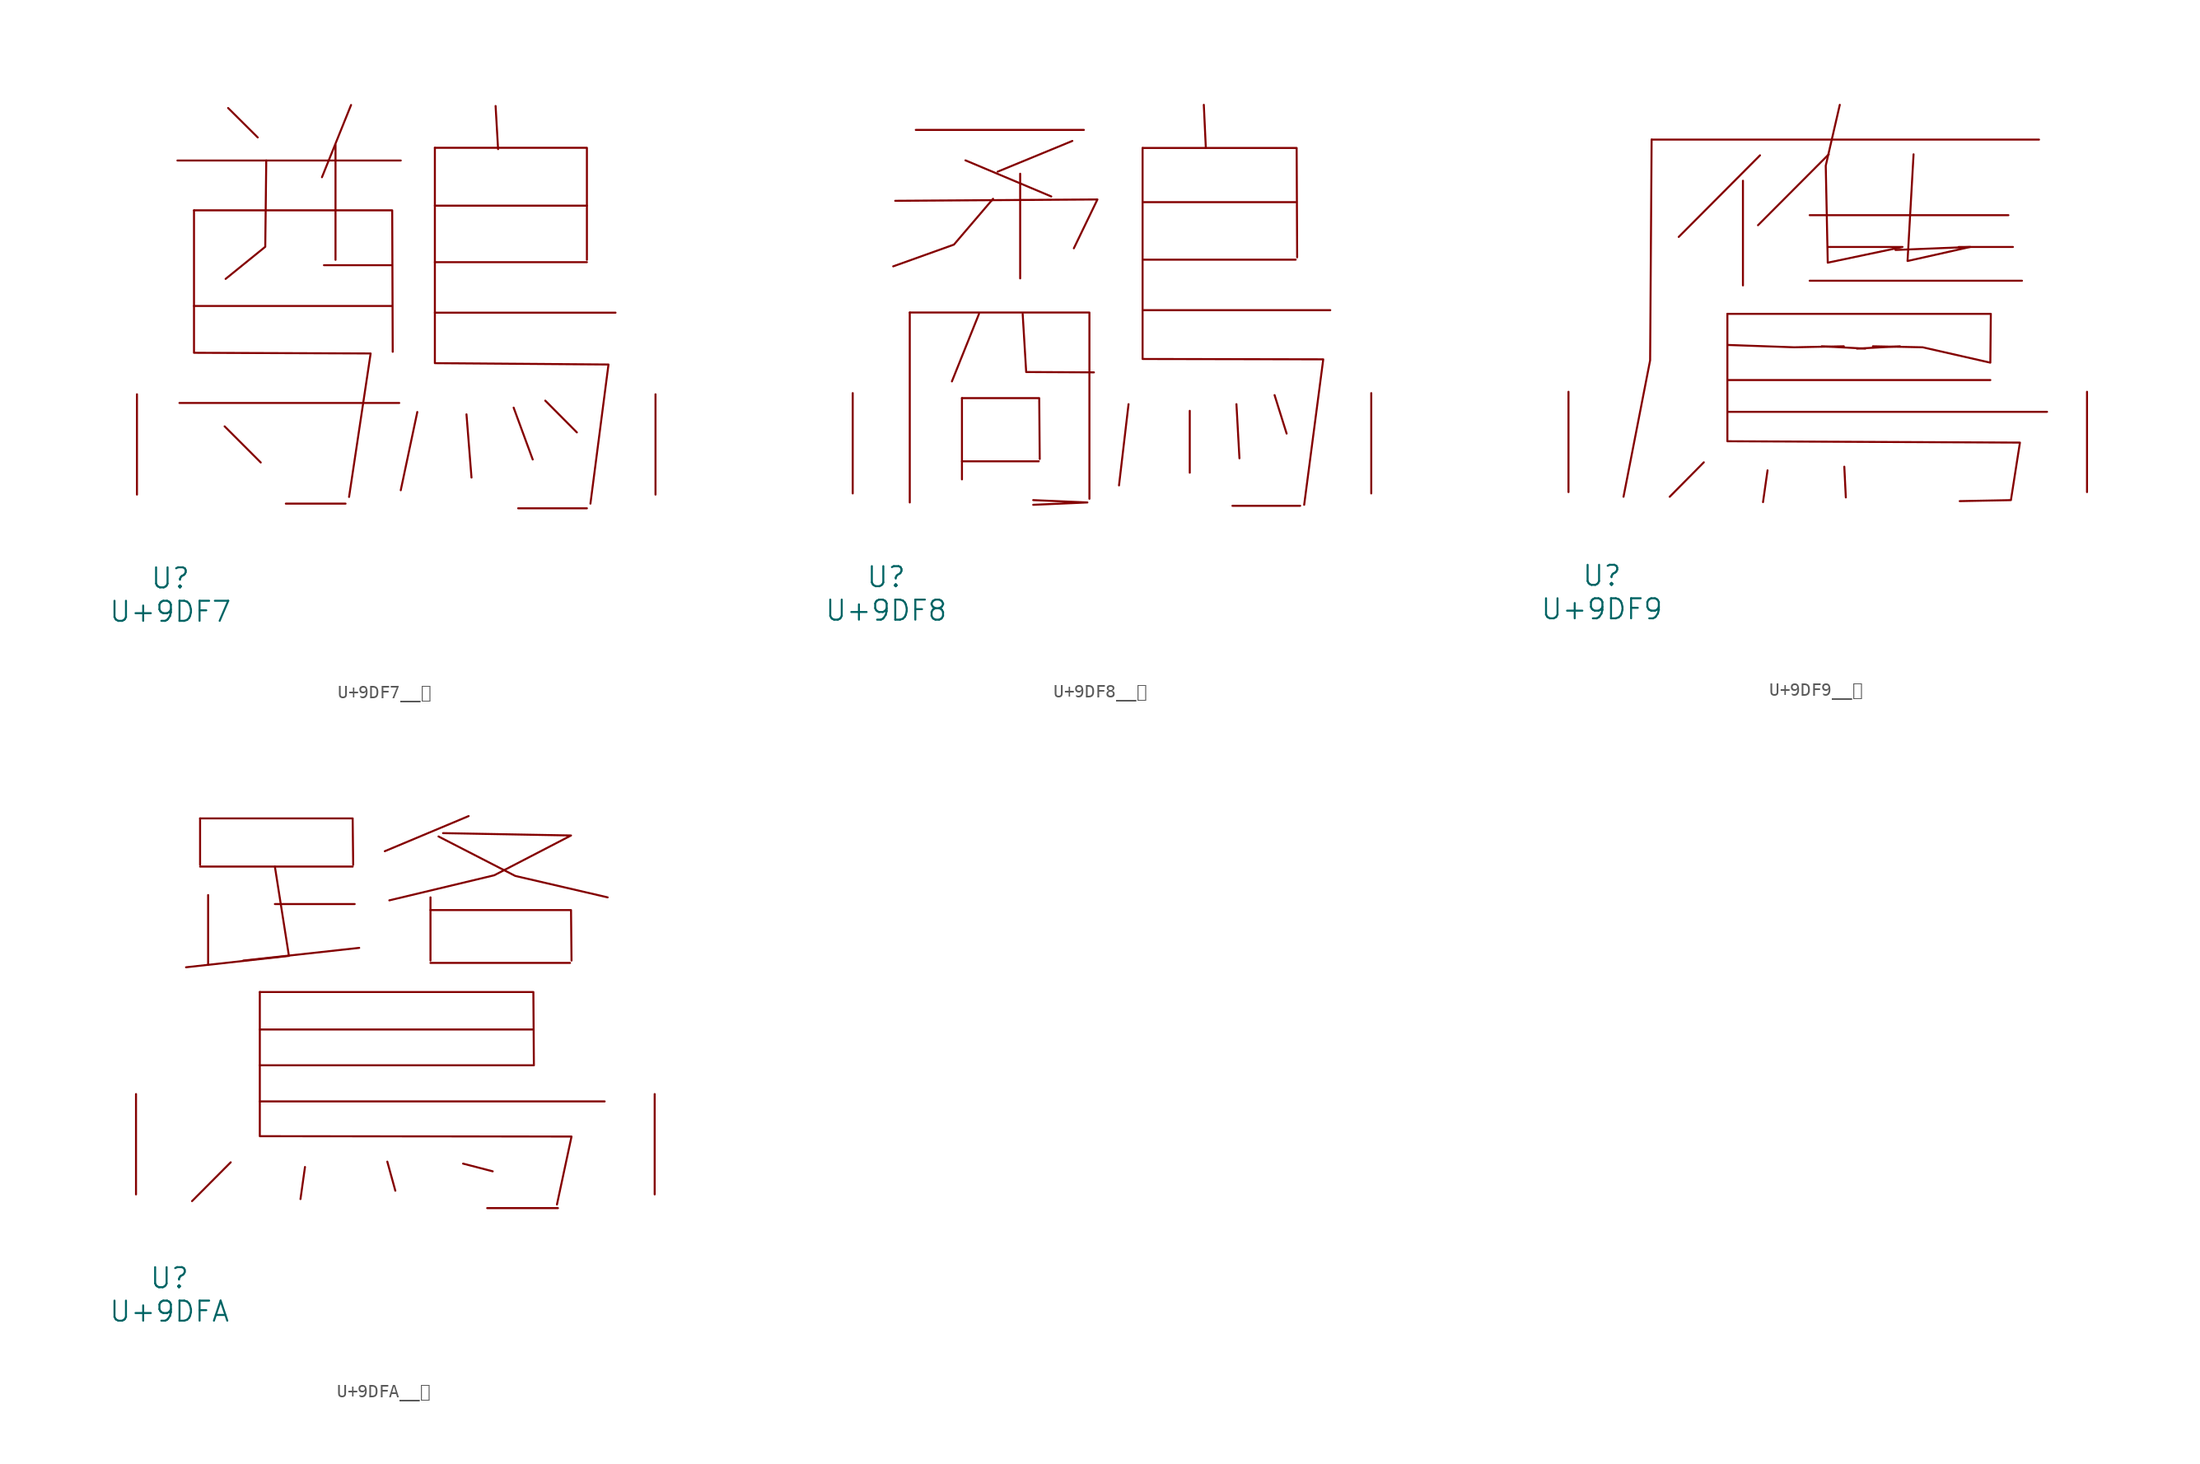
<source format=kicad_sym>
(kicad_symbol_lib
  (version 20231120)
  (generator "kicad_symbol_editor")
  (generator_version "8.0")
  (symbol "U+9DF7__鷷"
    (pin_names
      (offset 1.016))
    (property "Reference" "U"
      (at 0 -6.35 0)
      (effects (font (size 1.524 1.524))))
    (property "Value" "U+9DF7"
      (at 0 -8.89 0)
      (effects (font (size 1.524 1.524))))
    (symbol "U+9DF7__鷷_0_1"
      (polyline (pts (xy 0.533 25.375) (xy 17.488 25.375)) (stroke (width 0) (type solid)) (fill (type none)))
      (polyline (pts (xy 0.686 6.96) (xy 17.374 6.96)) (stroke (width 0) (type solid)) (fill (type none)))
      (polyline (pts (xy 1.791 14.326) (xy 16.802 14.326)) (stroke (width 0) (type solid)) (fill (type none)))
      (polyline (pts (xy 4.115 5.182) (xy 6.858 2.438)) (stroke (width 0) (type solid)) (fill (type none)))
      (polyline (pts (xy 4.381 29.362) (xy 6.629 27.127)) (stroke (width 0) (type solid)) (fill (type none)))
      (polyline (pts (xy 8.763 -0.686) (xy 13.297 -0.686)) (stroke (width 0) (type solid)) (fill (type none)))
      (polyline (pts (xy 11.659 17.424) (xy 16.802 17.424)) (stroke (width 0) (type solid)) (fill (type none)))
      (polyline (pts (xy 12.535 26.568) (xy 12.535 17.831)) (stroke (width 0) (type solid)) (fill (type none)))
      (polyline (pts (xy 13.716 29.591) (xy 11.506 24.105)) (stroke (width 0) (type solid)) (fill (type none)))
      (polyline (pts (xy 18.745 6.274) (xy 17.488 0.33)) (stroke (width 0) (type solid)) (fill (type none)))
      (polyline (pts (xy 20.079 13.818) (xy 33.795 13.818)) (stroke (width 0) (type solid)) (fill (type none)))
      (polyline (pts (xy 20.079 17.653) (xy 31.623 17.653)) (stroke (width 0) (type solid)) (fill (type none)))
      (polyline (pts (xy 20.079 21.946) (xy 31.623 21.946)) (stroke (width 0) (type solid)) (fill (type none)))
      (polyline (pts (xy 22.479 6.096) (xy 22.86 1.295)) (stroke (width 0) (type solid)) (fill (type none)))
      (polyline (pts (xy 24.689 29.515) (xy 24.879 26.238)) (stroke (width 0) (type solid)) (fill (type none)))
      (polyline (pts (xy 26.06 6.604) (xy 27.508 2.667)) (stroke (width 0) (type solid)) (fill (type none)))
      (polyline (pts (xy 26.403 -1.041) (xy 31.623 -1.041)) (stroke (width 0) (type solid)) (fill (type none)))
      (polyline (pts (xy 28.461 7.137) (xy 30.861 4.724)) (stroke (width 0) (type solid)) (fill (type none)))
      (polyline (pts (xy 1.791 21.59) (xy 16.84 21.59) (xy 16.878 10.846)) (stroke (width 0) (type solid)) (fill (type none)))
      (polyline (pts (xy 7.277 25.375) (xy 7.201 18.821) (xy 4.191 16.383)) (stroke (width 0) (type solid)) (fill (type none)))
      (polyline (pts (xy 20.079 26.34) (xy 31.623 26.34) (xy 31.623 17.831)) (stroke (width 0) (type solid)) (fill (type none)))
      (polyline (pts (xy 1.791 21.59) (xy 1.791 10.77) (xy 15.202 10.719) (xy 13.564 -0.178)) (stroke (width 0) (type solid)) (fill (type none)))
      (polyline (pts (xy 20.079 26.34) (xy 20.079 9.982) (xy 33.261 9.881) (xy 31.89 -0.686)) (stroke (width 0) (type solid)) (fill (type none)))
      (pin input line (at -2.54 0 90) (length 7.62) (name "~" (effects (font (size 1.27 1.27)))) (number "~" (effects (font (size 1.27 1.27)))))
      (pin input line (at 36.83 0 90) (length 7.62) (name "~" (effects (font (size 1.27 1.27)))) (number "~" (effects (font (size 1.27 1.27)))))))
  (symbol "U+9DF8__鷸"
    (pin_names
      (offset 1.016))
    (property "Reference" "U"
      (at 0 -6.35 0)
      (effects (font (size 1.524 1.524))))
    (property "Value" "U+9DF8"
      (at 0 -8.89 0)
      (effects (font (size 1.524 1.524))))
    (symbol "U+9DF8__鷸_0_1"
      (polyline (pts (xy 1.791 13.741) (xy 1.791 -0.686)) (stroke (width 0) (type solid)) (fill (type none)))
      (polyline (pts (xy 2.248 27.61) (xy 15.011 27.61)) (stroke (width 0) (type solid)) (fill (type none)))
      (polyline (pts (xy 5.753 2.438) (xy 11.582 2.438)) (stroke (width 0) (type solid)) (fill (type none)))
      (polyline (pts (xy 5.753 7.239) (xy 5.753 1.067)) (stroke (width 0) (type solid)) (fill (type none)))
      (polyline (pts (xy 6.02 25.298) (xy 12.535 22.555)) (stroke (width 0) (type solid)) (fill (type none)))
      (polyline (pts (xy 7.048 13.64) (xy 4.991 8.509)) (stroke (width 0) (type solid)) (fill (type none)))
      (polyline (pts (xy 10.173 24.282) (xy 10.173 16.332)) (stroke (width 0) (type solid)) (fill (type none)))
      (polyline (pts (xy 14.135 26.772) (xy 8.458 24.435)) (stroke (width 0) (type solid)) (fill (type none)))
      (polyline (pts (xy 18.402 6.782) (xy 17.678 0.61)) (stroke (width 0) (type solid)) (fill (type none)))
      (polyline (pts (xy 19.469 13.919) (xy 33.718 13.919)) (stroke (width 0) (type solid)) (fill (type none)))
      (polyline (pts (xy 19.469 17.755) (xy 31.09 17.755)) (stroke (width 0) (type solid)) (fill (type none)))
      (polyline (pts (xy 19.469 22.123) (xy 31.09 22.123)) (stroke (width 0) (type solid)) (fill (type none)))
      (polyline (pts (xy 23.05 6.274) (xy 23.05 1.575)) (stroke (width 0) (type solid)) (fill (type none)))
      (polyline (pts (xy 24.117 29.515) (xy 24.27 26.238)) (stroke (width 0) (type solid)) (fill (type none)))
      (polyline (pts (xy 26.289 -0.94) (xy 31.433 -0.94)) (stroke (width 0) (type solid)) (fill (type none)))
      (polyline (pts (xy 26.594 6.782) (xy 26.822 2.667)) (stroke (width 0) (type solid)) (fill (type none)))
      (polyline (pts (xy 29.489 7.468) (xy 30.404 4.547)) (stroke (width 0) (type solid)) (fill (type none)))
      (polyline (pts (xy 0.686 22.225) (xy 16.04 22.327) (xy 14.249 18.618)) (stroke (width 0) (type solid)) (fill (type none)))
      (polyline (pts (xy 1.791 13.741) (xy 15.431 13.741) (xy 15.431 -0.406)) (stroke (width 0) (type solid)) (fill (type none)))
      (polyline (pts (xy 5.753 7.239) (xy 11.62 7.239) (xy 11.659 2.616)) (stroke (width 0) (type solid)) (fill (type none)))
      (polyline (pts (xy 8.115 22.377) (xy 5.144 18.898) (xy 0.533 17.247)) (stroke (width 0) (type solid)) (fill (type none)))
      (polyline (pts (xy 10.363 13.64) (xy 10.63 9.22) (xy 15.773 9.195)) (stroke (width 0) (type solid)) (fill (type none)))
      (polyline (pts (xy 11.163 -0.864) (xy 15.278 -0.686) (xy 11.163 -0.508)) (stroke (width 0) (type solid)) (fill (type none)))
      (polyline (pts (xy 19.469 26.238) (xy 31.166 26.238) (xy 31.204 17.932)) (stroke (width 0) (type solid)) (fill (type none)))
      (polyline (pts (xy 19.469 26.238) (xy 19.469 10.211) (xy 33.185 10.185) (xy 31.737 -0.864)) (stroke (width 0) (type solid)) (fill (type none)))
      (pin input line (at -2.54 0 90) (length 7.62) (name "~" (effects (font (size 1.27 1.27)))) (number "~" (effects (font (size 1.27 1.27)))))
      (pin input line (at 36.83 0 90) (length 7.62) (name "~" (effects (font (size 1.27 1.27)))) (number "~" (effects (font (size 1.27 1.27)))))))
  (symbol "U+9DF9__鷹"
    (pin_names
      (offset 1.016))
    (property "Reference" "U"
      (at 0 -6.35 0)
      (effects (font (size 1.524 1.524))))
    (property "Value" "U+9DF9"
      (at 0 -8.89 0)
      (effects (font (size 1.524 1.524))))
    (symbol "U+9DF9__鷹_0_1"
      (polyline (pts (xy 3.772 26.772) (xy 33.185 26.772)) (stroke (width 0) (type solid)) (fill (type none)))
      (polyline (pts (xy 7.734 2.261) (xy 5.144 -0.356)) (stroke (width 0) (type solid)) (fill (type none)))
      (polyline (pts (xy 9.525 6.096) (xy 33.795 6.096)) (stroke (width 0) (type solid)) (fill (type none)))
      (polyline (pts (xy 9.525 8.509) (xy 29.489 8.509)) (stroke (width 0) (type solid)) (fill (type none)))
      (polyline (pts (xy 10.706 23.647) (xy 10.706 15.697)) (stroke (width 0) (type solid)) (fill (type none)))
      (polyline (pts (xy 12.002 25.578) (xy 5.829 19.38)) (stroke (width 0) (type solid)) (fill (type none)))
      (polyline (pts (xy 12.573 1.651) (xy 12.23 -0.762)) (stroke (width 0) (type solid)) (fill (type none)))
      (polyline (pts (xy 15.773 16.053) (xy 31.89 16.053)) (stroke (width 0) (type solid)) (fill (type none)))
      (polyline (pts (xy 15.773 21.031) (xy 30.861 21.031)) (stroke (width 0) (type solid)) (fill (type none)))
      (polyline (pts (xy 17.221 25.654) (xy 11.849 20.269)) (stroke (width 0) (type solid)) (fill (type none)))
      (polyline (pts (xy 18.402 1.93) (xy 18.517 -0.406)) (stroke (width 0) (type solid)) (fill (type none)))
      (polyline (pts (xy 19.355 10.897) (xy 22.631 11.074)) (stroke (width 0) (type solid)) (fill (type none)))
      (polyline (pts (xy 20.003 10.897) (xy 16.688 11.074)) (stroke (width 0) (type solid)) (fill (type none)))
      (polyline (pts (xy 27.089 18.618) (xy 31.204 18.618)) (stroke (width 0) (type solid)) (fill (type none)))
      (polyline (pts (xy 3.772 26.772) (xy 3.658 10.008) (xy 1.638 -0.356)) (stroke (width 0) (type solid)) (fill (type none)))
      (polyline (pts (xy 9.525 11.176) (xy 14.592 10.998) (xy 18.364 11.074)) (stroke (width 0) (type solid)) (fill (type none)))
      (polyline (pts (xy 23.66 25.654) (xy 23.203 17.551) (xy 27.965 18.618) (xy 22.288 18.39)) (stroke (width 0) (type solid)) (fill (type none)))
      (polyline (pts (xy 9.525 13.538) (xy 9.525 3.861) (xy 31.737 3.759) (xy 31.052 -0.61) (xy 27.165 -0.686)) (stroke (width 0) (type solid)) (fill (type none)))
      (polyline (pts (xy 9.525 13.538) (xy 29.527 13.538) (xy 29.489 9.83) (xy 24.346 10.998) (xy 20.574 11.074)) (stroke (width 0) (type solid)) (fill (type none)))
      (polyline (pts (xy 18.059 29.413) (xy 16.993 24.79) (xy 17.145 17.424) (xy 22.822 18.618) (xy 17.145 18.618)) (stroke (width 0) (type solid)) (fill (type none)))
      (pin input line (at -2.54 0 90) (length 7.62) (name "~" (effects (font (size 1.27 1.27)))) (number "~" (effects (font (size 1.27 1.27)))))
      (pin input line (at 36.83 0 90) (length 7.62) (name "~" (effects (font (size 1.27 1.27)))) (number "~" (effects (font (size 1.27 1.27)))))))
  (symbol "U+9DFA__鷺"
    (pin_names
      (offset 1.016))
    (property "Reference" "U"
      (at 0 -6.35 0)
      (effects (font (size 1.524 1.524))))
    (property "Value" "U+9DFA"
      (at 0 -8.89 0)
      (effects (font (size 1.524 1.524))))
    (symbol "U+9DFA__鷺_0_1"
      (polyline (pts (xy 2.324 24.892) (xy 13.906 24.892)) (stroke (width 0) (type solid)) (fill (type none)))
      (polyline (pts (xy 2.324 28.55) (xy 2.324 25.019)) (stroke (width 0) (type solid)) (fill (type none)))
      (polyline (pts (xy 2.934 22.733) (xy 2.934 17.424)) (stroke (width 0) (type solid)) (fill (type none)))
      (polyline (pts (xy 4.648 2.438) (xy 1.714 -0.508)) (stroke (width 0) (type solid)) (fill (type none)))
      (polyline (pts (xy 6.858 7.061) (xy 33.033 7.061)) (stroke (width 0) (type solid)) (fill (type none)))
      (polyline (pts (xy 6.858 9.804) (xy 27.622 9.804)) (stroke (width 0) (type solid)) (fill (type none)))
      (polyline (pts (xy 6.858 12.522) (xy 27.622 12.522)) (stroke (width 0) (type solid)) (fill (type none)))
      (polyline (pts (xy 8.001 22.047) (xy 14.059 22.047)) (stroke (width 0) (type solid)) (fill (type none)))
      (polyline (pts (xy 10.287 2.083) (xy 9.944 -0.356)) (stroke (width 0) (type solid)) (fill (type none)))
      (polyline (pts (xy 14.402 18.72) (xy 5.601 17.755)) (stroke (width 0) (type solid)) (fill (type none)))
      (polyline (pts (xy 16.535 2.489) (xy 17.145 0.279)) (stroke (width 0) (type solid)) (fill (type none)))
      (polyline (pts (xy 19.812 17.577) (xy 30.404 17.577)) (stroke (width 0) (type solid)) (fill (type none)))
      (polyline (pts (xy 19.812 22.555) (xy 19.812 17.755)) (stroke (width 0) (type solid)) (fill (type none)))
      (polyline (pts (xy 22.288 2.337) (xy 24.536 1.753)) (stroke (width 0) (type solid)) (fill (type none)))
      (polyline (pts (xy 22.708 28.727) (xy 16.345 26.06)) (stroke (width 0) (type solid)) (fill (type none)))
      (polyline (pts (xy 24.117 -1.041) (xy 29.489 -1.041)) (stroke (width 0) (type solid)) (fill (type none)))
      (polyline (pts (xy 2.324 28.55) (xy 13.906 28.55) (xy 13.945 25.019)) (stroke (width 0) (type solid)) (fill (type none)))
      (polyline (pts (xy 6.858 15.367) (xy 27.622 15.367) (xy 27.661 9.804)) (stroke (width 0) (type solid)) (fill (type none)))
      (polyline (pts (xy 8.001 24.892) (xy 9.068 18.11) (xy 1.257 17.247)) (stroke (width 0) (type solid)) (fill (type none)))
      (polyline (pts (xy 19.812 21.59) (xy 30.48 21.59) (xy 30.518 17.755)) (stroke (width 0) (type solid)) (fill (type none)))
      (polyline (pts (xy 20.422 27.178) (xy 26.251 24.181) (xy 33.261 22.555)) (stroke (width 0) (type solid)) (fill (type none)))
      (polyline (pts (xy 6.858 15.367) (xy 6.858 4.42) (xy 30.518 4.394) (xy 29.413 -0.762)) (stroke (width 0) (type solid)) (fill (type none)))
      (polyline (pts (xy 20.765 27.432) (xy 30.48 27.254) (xy 24.651 24.232) (xy 16.688 22.327)) (stroke (width 0) (type solid)) (fill (type none)))
      (pin input line (at -2.54 0 90) (length 7.62) (name "~" (effects (font (size 1.27 1.27)))) (number "~" (effects (font (size 1.27 1.27)))))
      (pin input line (at 36.83 0 90) (length 7.62) (name "~" (effects (font (size 1.27 1.27)))) (number "~" (effects (font (size 1.27 1.27))))))))
</source>
